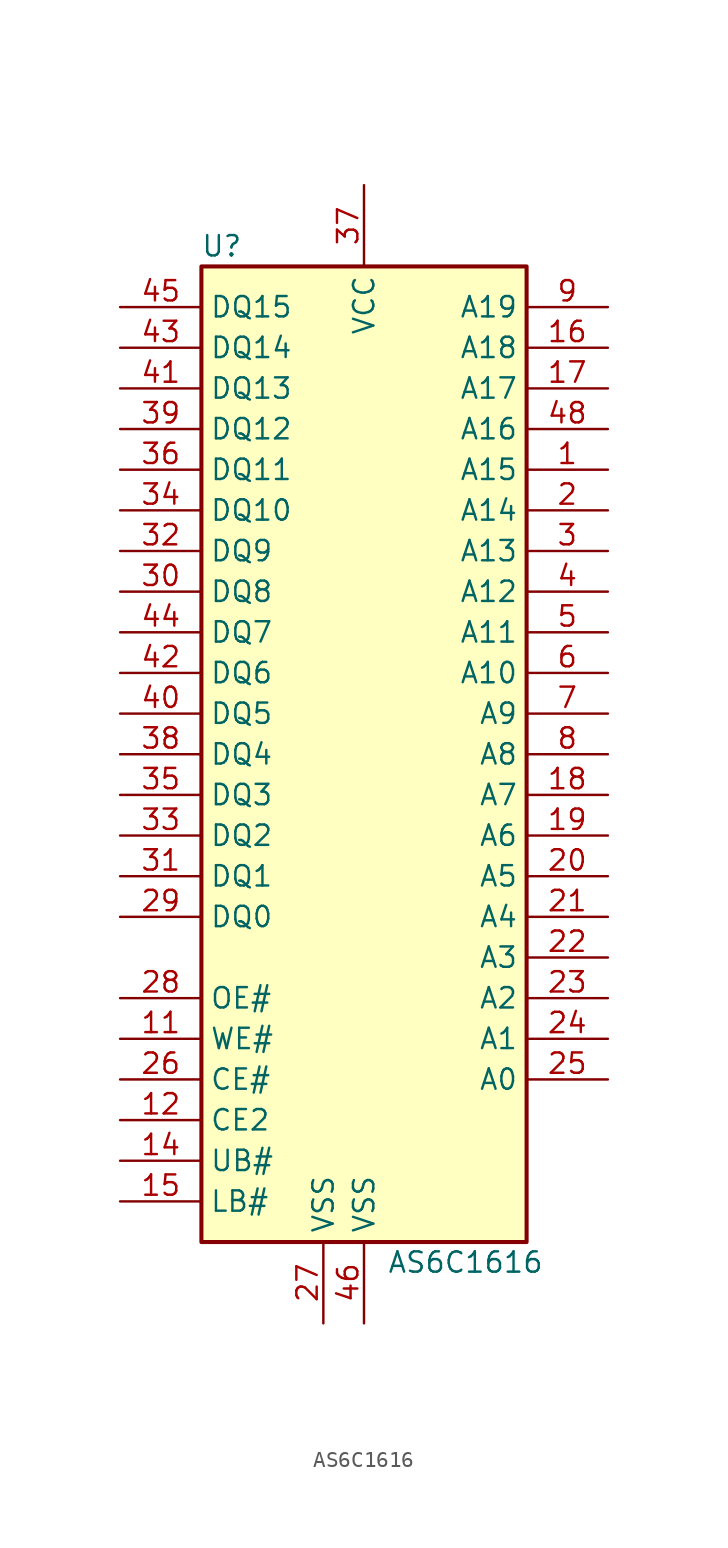
<source format=kicad_sym>
(kicad_symbol_lib
  (version 20201005)
  (generator kicad_symbol_editor)
  (symbol "Memory_RAM:AS6C1616"
    (property "Reference" "U"
      (at -8.89 31.75 0)
      (effects (font (size 1.27 1.27))))
    (property "Value" "AS6C1616"
      (at 6.35 -31.75 0)
      (effects (font (size 1.27 1.27))))
    (symbol "AS6C1616_0_1"
      (rectangle (start -10.16 30.48) (end 10.16 -30.48) (stroke (width 0.254)) (fill (type background))))
    (symbol "AS6C1616_1_1"
      (pin input line (at 15.24 17.78 180) (length 5.08) (name "A15" (effects (font (size 1.27 1.27)))) (number "1" (effects (font (size 1.27 1.27)))))
      (pin no_connect line (at 10.16 -22.86 180) (length 0) hide (name "NC" (effects (font (size 1.27 1.27)))) (number "10" (effects (font (size 1.27 1.27)))))
      (pin input line (at -15.24 -17.78 0) (length 5.08) (name "WE#" (effects (font (size 1.27 1.27)))) (number "11" (effects (font (size 1.27 1.27)))))
      (pin input line (at -15.24 -22.86 0) (length 5.08) (name "CE2" (effects (font (size 1.27 1.27)))) (number "12" (effects (font (size 1.27 1.27)))))
      (pin no_connect line (at 10.16 -25.4 180) (length 0) hide (name "NC" (effects (font (size 1.27 1.27)))) (number "13" (effects (font (size 1.27 1.27)))))
      (pin input line (at -15.24 -25.4 0) (length 5.08) (name "UB#" (effects (font (size 1.27 1.27)))) (number "14" (effects (font (size 1.27 1.27)))))
      (pin input line (at -15.24 -27.94 0) (length 5.08) (name "LB#" (effects (font (size 1.27 1.27)))) (number "15" (effects (font (size 1.27 1.27)))))
      (pin input line (at 15.24 25.4 180) (length 5.08) (name "A18" (effects (font (size 1.27 1.27)))) (number "16" (effects (font (size 1.27 1.27)))))
      (pin input line (at 15.24 22.86 180) (length 5.08) (name "A17" (effects (font (size 1.27 1.27)))) (number "17" (effects (font (size 1.27 1.27)))))
      (pin input line (at 15.24 -2.54 180) (length 5.08) (name "A7" (effects (font (size 1.27 1.27)))) (number "18" (effects (font (size 1.27 1.27)))))
      (pin input line (at 15.24 -5.08 180) (length 5.08) (name "A6" (effects (font (size 1.27 1.27)))) (number "19" (effects (font (size 1.27 1.27)))))
      (pin input line (at 15.24 15.24 180) (length 5.08) (name "A14" (effects (font (size 1.27 1.27)))) (number "2" (effects (font (size 1.27 1.27)))))
      (pin input line (at 15.24 -7.62 180) (length 5.08) (name "A5" (effects (font (size 1.27 1.27)))) (number "20" (effects (font (size 1.27 1.27)))))
      (pin input line (at 15.24 -10.16 180) (length 5.08) (name "A4" (effects (font (size 1.27 1.27)))) (number "21" (effects (font (size 1.27 1.27)))))
      (pin input line (at 15.24 -12.7 180) (length 5.08) (name "A3" (effects (font (size 1.27 1.27)))) (number "22" (effects (font (size 1.27 1.27)))))
      (pin input line (at 15.24 -15.24 180) (length 5.08) (name "A2" (effects (font (size 1.27 1.27)))) (number "23" (effects (font (size 1.27 1.27)))))
      (pin input line (at 15.24 -17.78 180) (length 5.08) (name "A1" (effects (font (size 1.27 1.27)))) (number "24" (effects (font (size 1.27 1.27)))))
      (pin input line (at 15.24 -20.32 180) (length 5.08) (name "A0" (effects (font (size 1.27 1.27)))) (number "25" (effects (font (size 1.27 1.27)))))
      (pin input line (at -15.24 -20.32 0) (length 5.08) (name "CE#" (effects (font (size 1.27 1.27)))) (number "26" (effects (font (size 1.27 1.27)))))
      (pin power_in line (at -2.54 -35.56 90) (length 5.08) (name "VSS" (effects (font (size 1.27 1.27)))) (number "27" (effects (font (size 1.27 1.27)))))
      (pin input line (at -15.24 -15.24 0) (length 5.08) (name "OE#" (effects (font (size 1.27 1.27)))) (number "28" (effects (font (size 1.27 1.27)))))
      (pin bidirectional line (at -15.24 -10.16 0) (length 5.08) (name "DQ0" (effects (font (size 1.27 1.27)))) (number "29" (effects (font (size 1.27 1.27)))))
      (pin input line (at 15.24 12.7 180) (length 5.08) (name "A13" (effects (font (size 1.27 1.27)))) (number "3" (effects (font (size 1.27 1.27)))))
      (pin bidirectional line (at -15.24 10.16 0) (length 5.08) (name "DQ8" (effects (font (size 1.27 1.27)))) (number "30" (effects (font (size 1.27 1.27)))))
      (pin bidirectional line (at -15.24 -7.62 0) (length 5.08) (name "DQ1" (effects (font (size 1.27 1.27)))) (number "31" (effects (font (size 1.27 1.27)))))
      (pin bidirectional line (at -15.24 12.7 0) (length 5.08) (name "DQ9" (effects (font (size 1.27 1.27)))) (number "32" (effects (font (size 1.27 1.27)))))
      (pin bidirectional line (at -15.24 -5.08 0) (length 5.08) (name "DQ2" (effects (font (size 1.27 1.27)))) (number "33" (effects (font (size 1.27 1.27)))))
      (pin bidirectional line (at -15.24 15.24 0) (length 5.08) (name "DQ10" (effects (font (size 1.27 1.27)))) (number "34" (effects (font (size 1.27 1.27)))))
      (pin bidirectional line (at -15.24 -2.54 0) (length 5.08) (name "DQ3" (effects (font (size 1.27 1.27)))) (number "35" (effects (font (size 1.27 1.27)))))
      (pin bidirectional line (at -15.24 17.78 0) (length 5.08) (name "DQ11" (effects (font (size 1.27 1.27)))) (number "36" (effects (font (size 1.27 1.27)))))
      (pin power_in line (at 0 35.56 270) (length 5.08) (name "VCC" (effects (font (size 1.27 1.27)))) (number "37" (effects (font (size 1.27 1.27)))))
      (pin bidirectional line (at -15.24 0 0) (length 5.08) (name "DQ4" (effects (font (size 1.27 1.27)))) (number "38" (effects (font (size 1.27 1.27)))))
      (pin bidirectional line (at -15.24 20.32 0) (length 5.08) (name "DQ12" (effects (font (size 1.27 1.27)))) (number "39" (effects (font (size 1.27 1.27)))))
      (pin input line (at 15.24 10.16 180) (length 5.08) (name "A12" (effects (font (size 1.27 1.27)))) (number "4" (effects (font (size 1.27 1.27)))))
      (pin bidirectional line (at -15.24 2.54 0) (length 5.08) (name "DQ5" (effects (font (size 1.27 1.27)))) (number "40" (effects (font (size 1.27 1.27)))))
      (pin bidirectional line (at -15.24 22.86 0) (length 5.08) (name "DQ13" (effects (font (size 1.27 1.27)))) (number "41" (effects (font (size 1.27 1.27)))))
      (pin bidirectional line (at -15.24 5.08 0) (length 5.08) (name "DQ6" (effects (font (size 1.27 1.27)))) (number "42" (effects (font (size 1.27 1.27)))))
      (pin bidirectional line (at -15.24 25.4 0) (length 5.08) (name "DQ14" (effects (font (size 1.27 1.27)))) (number "43" (effects (font (size 1.27 1.27)))))
      (pin bidirectional line (at -15.24 7.62 0) (length 5.08) (name "DQ7" (effects (font (size 1.27 1.27)))) (number "44" (effects (font (size 1.27 1.27)))))
      (pin input line (at -15.24 27.94 0) (length 5.08) (name "DQ15" (effects (font (size 1.27 1.27)))) (number "45" (effects (font (size 1.27 1.27)))))
      (pin power_in line (at 0 -35.56 90) (length 5.08) (name "VSS" (effects (font (size 1.27 1.27)))) (number "46" (effects (font (size 1.27 1.27)))))
      (pin no_connect line (at 10.16 -27.94 180) (length 0) hide (name "NC" (effects (font (size 1.27 1.27)))) (number "47" (effects (font (size 1.27 1.27)))))
      (pin input line (at 15.24 20.32 180) (length 5.08) (name "A16" (effects (font (size 1.27 1.27)))) (number "48" (effects (font (size 1.27 1.27)))))
      (pin input line (at 15.24 7.62 180) (length 5.08) (name "A11" (effects (font (size 1.27 1.27)))) (number "5" (effects (font (size 1.27 1.27)))))
      (pin input line (at 15.24 5.08 180) (length 5.08) (name "A10" (effects (font (size 1.27 1.27)))) (number "6" (effects (font (size 1.27 1.27)))))
      (pin input line (at 15.24 2.54 180) (length 5.08) (name "A9" (effects (font (size 1.27 1.27)))) (number "7" (effects (font (size 1.27 1.27)))))
      (pin input line (at 15.24 0 180) (length 5.08) (name "A8" (effects (font (size 1.27 1.27)))) (number "8" (effects (font (size 1.27 1.27)))))
      (pin input line (at 15.24 27.94 180) (length 5.08) (name "A19" (effects (font (size 1.27 1.27)))) (number "9" (effects (font (size 1.27 1.27))))))))
</source>
